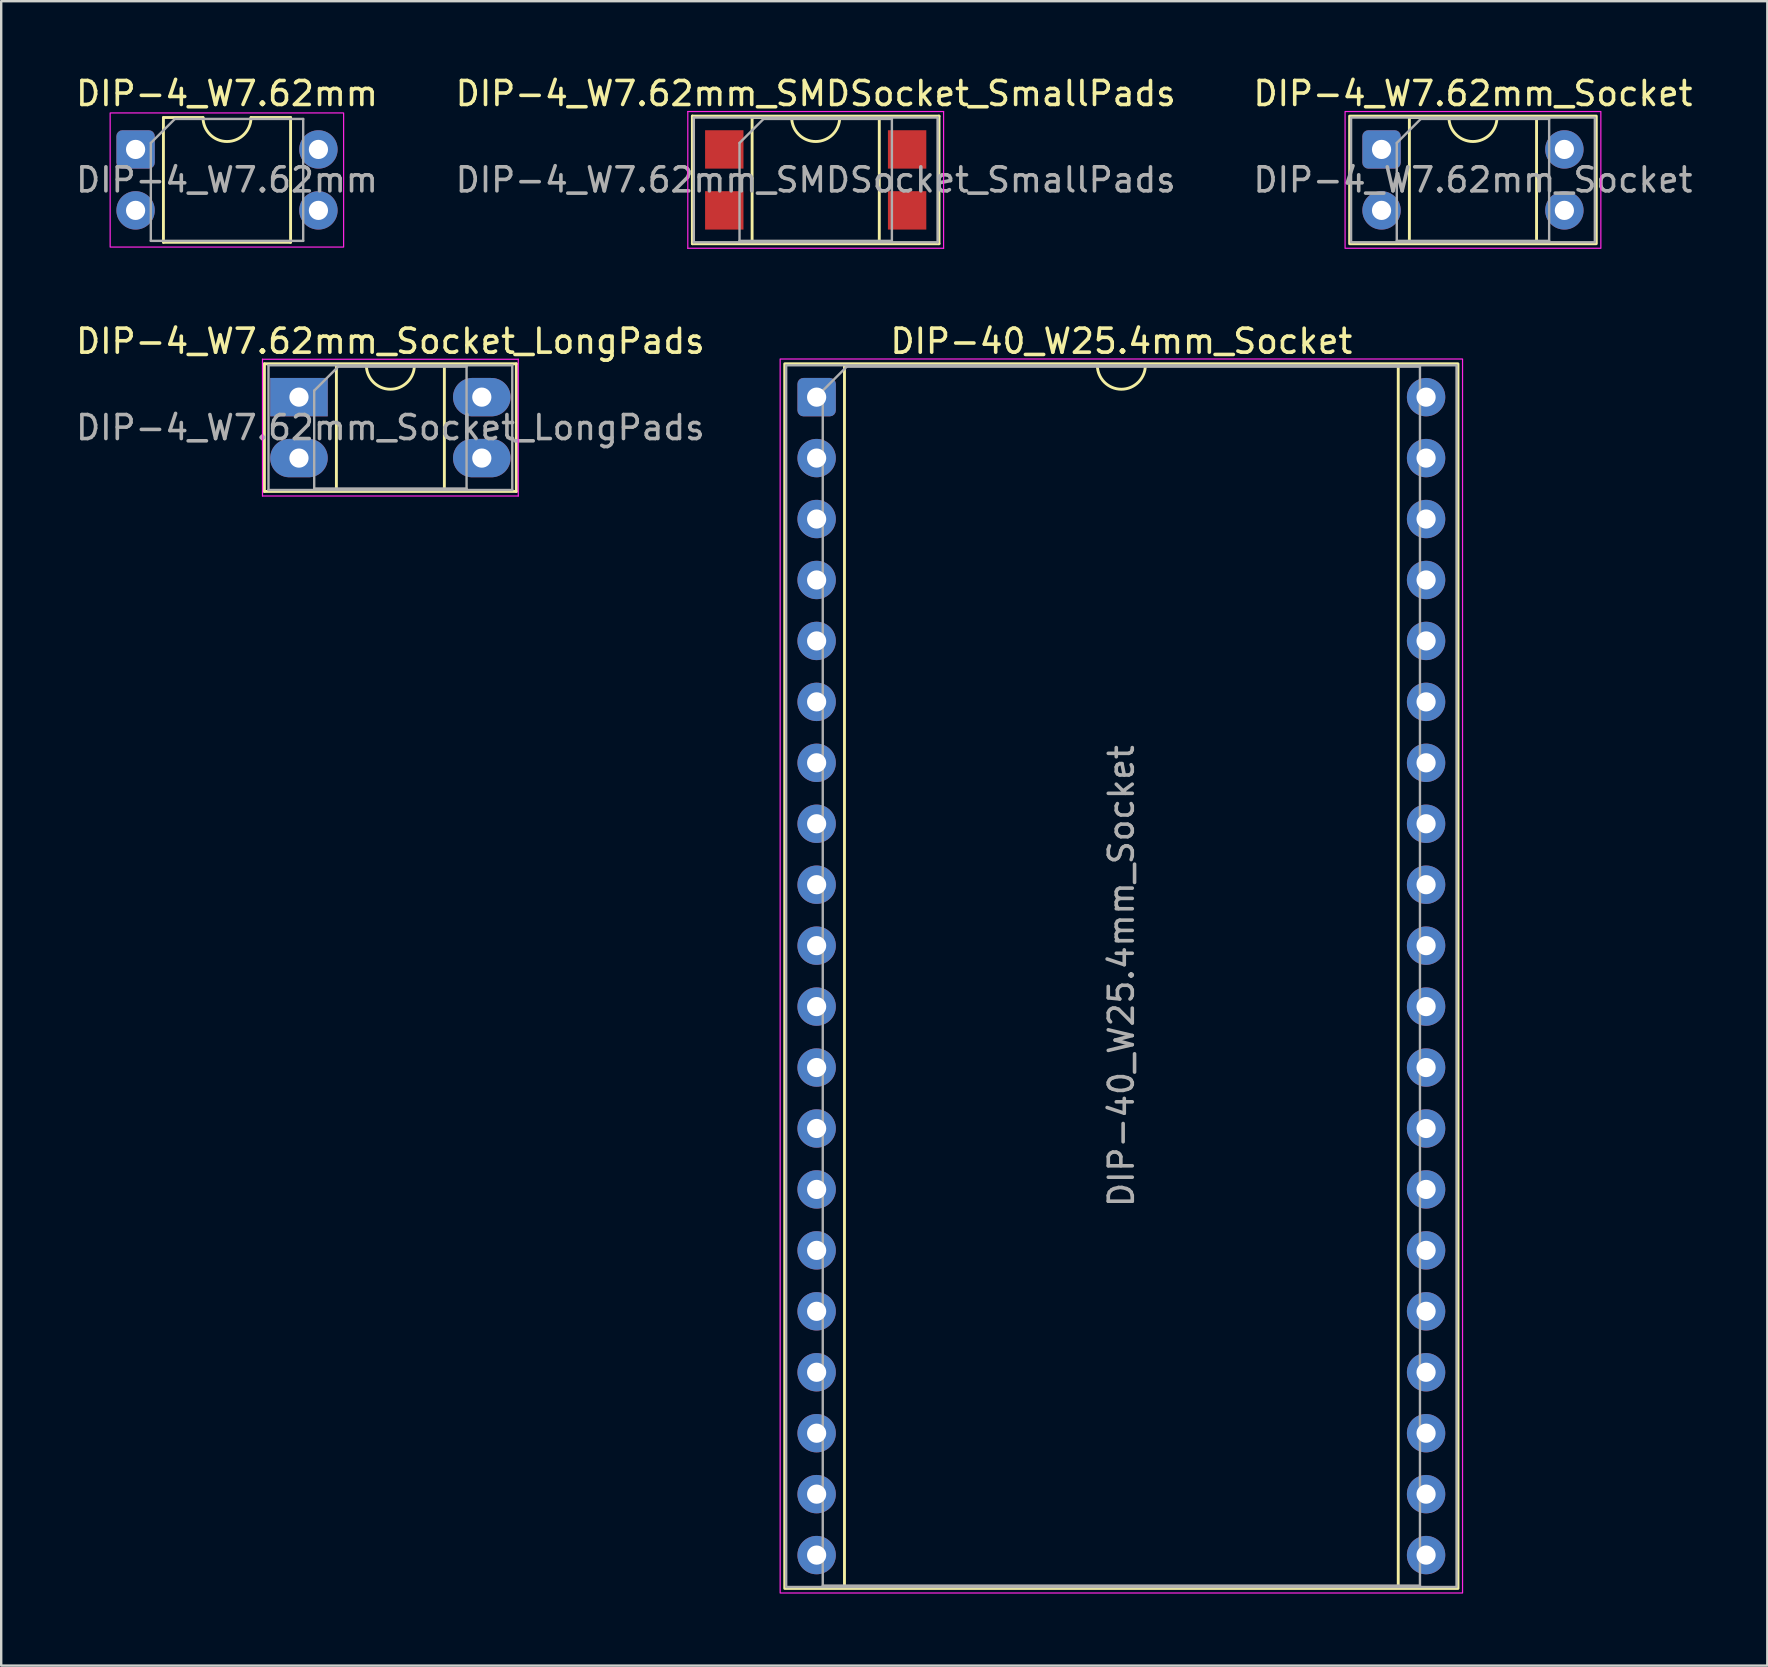
<source format=kicad_pcb>
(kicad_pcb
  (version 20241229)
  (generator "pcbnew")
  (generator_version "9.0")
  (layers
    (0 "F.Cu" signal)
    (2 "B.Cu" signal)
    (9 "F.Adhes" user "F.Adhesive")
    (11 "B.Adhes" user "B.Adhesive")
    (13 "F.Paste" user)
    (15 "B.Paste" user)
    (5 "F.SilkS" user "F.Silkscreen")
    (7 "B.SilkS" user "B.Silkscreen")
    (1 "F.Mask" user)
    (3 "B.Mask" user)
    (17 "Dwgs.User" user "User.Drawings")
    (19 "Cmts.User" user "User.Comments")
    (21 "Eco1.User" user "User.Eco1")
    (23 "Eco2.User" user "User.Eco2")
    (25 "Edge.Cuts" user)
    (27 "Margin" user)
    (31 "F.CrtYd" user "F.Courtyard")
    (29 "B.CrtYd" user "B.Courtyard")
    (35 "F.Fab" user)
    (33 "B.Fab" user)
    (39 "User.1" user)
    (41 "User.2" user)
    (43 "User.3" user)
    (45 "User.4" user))
  (footprint "DIP-4_W7.62mm_Socket"
    (layer "F.Cu")
    (at 54.529 3.178)
    (property "Reference" "DIP-4_W7.62mm_Socket" (at 3.81 -2.33 0) (layer "F.SilkS") (effects (font (size 1 1) (thickness 0.15))))
    (attr through_hole)
    (fp_line (start 1.16 -1.33) (end 1.16 3.87) (stroke (width 0.12) (type solid)) (layer "F.SilkS"))
    (fp_line (start 1.16 3.87) (end 6.46 3.87) (stroke (width 0.12) (type solid)) (layer "F.SilkS"))
    (fp_line (start 2.81 -1.33) (end 1.16 -1.33) (stroke (width 0.12) (type solid)) (layer "F.SilkS"))
    (fp_line (start 6.46 -1.33) (end 4.81 -1.33) (stroke (width 0.12) (type solid)) (layer "F.SilkS"))
    (fp_line (start 6.46 3.87) (end 6.46 -1.33) (stroke (width 0.12) (type solid)) (layer "F.SilkS"))
    (fp_rect (start -1.33 -1.39) (end 8.95 3.93) (stroke (width 0.12) (type solid)) (fill no) (layer "F.SilkS"))
    (fp_arc (start 4.81 -1.33) (mid 3.81 -0.33) (end 2.81 -1.33) (stroke (width 0.12) (type solid)) (layer "F.SilkS"))
    (fp_rect (start -1.52 -1.58) (end 9.14 4.12) (stroke (width 0.05) (type solid)) (fill no) (layer "F.CrtYd"))
    (fp_line (start 0.635 -0.27) (end 1.635 -1.27) (stroke (width 0.1) (type solid)) (layer "F.Fab"))
    (fp_line (start 0.635 3.81) (end 0.635 -0.27) (stroke (width 0.1) (type solid)) (layer "F.Fab"))
    (fp_line (start 1.635 -1.27) (end 6.985 -1.27) (stroke (width 0.1) (type solid)) (layer "F.Fab"))
    (fp_line (start 6.985 -1.27) (end 6.985 3.81) (stroke (width 0.1) (type solid)) (layer "F.Fab"))
    (fp_line (start 6.985 3.81) (end 0.635 3.81) (stroke (width 0.1) (type solid)) (layer "F.Fab"))
    (fp_rect (start -1.27 -1.33) (end 8.89 3.87) (stroke (width 0.1) (type solid)) (fill no) (layer "F.Fab"))
    (fp_text user "${REFERENCE}" (at 3.81 1.27 0) (layer "F.Fab") (effects (font (size 1 1) (thickness 0.15))))
    (pad "1" thru_hole roundrect (at 0 0) (size 1.6 1.6) (drill 0.8) (layers "*.Cu" "*.Mask") (roundrect_rratio 0.156))
    (pad "2" thru_hole circle (at 0 2.54) (size 1.6 1.6) (drill 0.8) (layers "*.Cu" "*.Mask"))
    (pad "3" thru_hole circle (at 7.62 2.54) (size 1.6 1.6) (drill 0.8) (layers "*.Cu" "*.Mask"))
    (pad "4" thru_hole circle (at 7.62 0) (size 1.6 1.6) (drill 0.8) (layers "*.Cu" "*.Mask")))
  (footprint "DIP-40_W25.4mm_Socket"
    (layer "F.Cu")
    (at 30.985 13.502)
    (property "Reference" "DIP-40_W25.4mm_Socket" (at 12.7 -2.33 0) (layer "F.SilkS") (effects (font (size 1 1) (thickness 0.15))))
    (attr through_hole)
    (fp_line (start 1.16 -1.33) (end 1.16 49.59) (stroke (width 0.12) (type solid)) (layer "F.SilkS"))
    (fp_line (start 1.16 49.59) (end 24.24 49.59) (stroke (width 0.12) (type solid)) (layer "F.SilkS"))
    (fp_line (start 11.7 -1.33) (end 1.16 -1.33) (stroke (width 0.12) (type solid)) (layer "F.SilkS"))
    (fp_line (start 24.24 -1.33) (end 13.7 -1.33) (stroke (width 0.12) (type solid)) (layer "F.SilkS"))
    (fp_line (start 24.24 49.59) (end 24.24 -1.33) (stroke (width 0.12) (type solid)) (layer "F.SilkS"))
    (fp_rect (start -1.33 -1.39) (end 26.73 49.65) (stroke (width 0.12) (type solid)) (fill no) (layer "F.SilkS"))
    (fp_arc (start 13.7 -1.33) (mid 12.7 -0.33) (end 11.7 -1.33) (stroke (width 0.12) (type solid)) (layer "F.SilkS"))
    (fp_rect (start -1.52 -1.59) (end 26.92 49.84) (stroke (width 0.05) (type solid)) (fill no) (layer "F.CrtYd"))
    (fp_line (start 0.255 -0.27) (end 1.255 -1.27) (stroke (width 0.1) (type solid)) (layer "F.Fab"))
    (fp_line (start 0.255 49.53) (end 0.255 -0.27) (stroke (width 0.1) (type solid)) (layer "F.Fab"))
    (fp_line (start 1.255 -1.27) (end 25.145 -1.27) (stroke (width 0.1) (type solid)) (layer "F.Fab"))
    (fp_line (start 25.145 -1.27) (end 25.145 49.53) (stroke (width 0.1) (type solid)) (layer "F.Fab"))
    (fp_line (start 25.145 49.53) (end 0.255 49.53) (stroke (width 0.1) (type solid)) (layer "F.Fab"))
    (fp_rect (start -1.27 -1.33) (end 26.67 49.59) (stroke (width 0.1) (type solid)) (fill no) (layer "F.Fab"))
    (fp_text user "${REFERENCE}" (at 12.7 24.13 90) (layer "F.Fab") (effects (font (size 1 1) (thickness 0.15))))
    (pad "1" thru_hole roundrect (at 0 0) (size 1.6 1.6) (drill 0.8) (layers "*.Cu" "*.Mask") (roundrect_rratio 0.156))
    (pad "2" thru_hole circle (at 0 2.54) (size 1.6 1.6) (drill 0.8) (layers "*.Cu" "*.Mask"))
    (pad "3" thru_hole circle (at 0 5.08) (size 1.6 1.6) (drill 0.8) (layers "*.Cu" "*.Mask"))
    (pad "4" thru_hole circle (at 0 7.62) (size 1.6 1.6) (drill 0.8) (layers "*.Cu" "*.Mask"))
    (pad "5" thru_hole circle (at 0 10.16) (size 1.6 1.6) (drill 0.8) (layers "*.Cu" "*.Mask"))
    (pad "6" thru_hole circle (at 0 12.7) (size 1.6 1.6) (drill 0.8) (layers "*.Cu" "*.Mask"))
    (pad "7" thru_hole circle (at 0 15.24) (size 1.6 1.6) (drill 0.8) (layers "*.Cu" "*.Mask"))
    (pad "8" thru_hole circle (at 0 17.78) (size 1.6 1.6) (drill 0.8) (layers "*.Cu" "*.Mask"))
    (pad "9" thru_hole circle (at 0 20.32) (size 1.6 1.6) (drill 0.8) (layers "*.Cu" "*.Mask"))
    (pad "10" thru_hole circle (at 0 22.86) (size 1.6 1.6) (drill 0.8) (layers "*.Cu" "*.Mask"))
    (pad "11" thru_hole circle (at 0 25.4) (size 1.6 1.6) (drill 0.8) (layers "*.Cu" "*.Mask"))
    (pad "12" thru_hole circle (at 0 27.94) (size 1.6 1.6) (drill 0.8) (layers "*.Cu" "*.Mask"))
    (pad "13" thru_hole circle (at 0 30.48) (size 1.6 1.6) (drill 0.8) (layers "*.Cu" "*.Mask"))
    (pad "14" thru_hole circle (at 0 33.02) (size 1.6 1.6) (drill 0.8) (layers "*.Cu" "*.Mask"))
    (pad "15" thru_hole circle (at 0 35.56) (size 1.6 1.6) (drill 0.8) (layers "*.Cu" "*.Mask"))
    (pad "16" thru_hole circle (at 0 38.1) (size 1.6 1.6) (drill 0.8) (layers "*.Cu" "*.Mask"))
    (pad "17" thru_hole circle (at 0 40.64) (size 1.6 1.6) (drill 0.8) (layers "*.Cu" "*.Mask"))
    (pad "18" thru_hole circle (at 0 43.18) (size 1.6 1.6) (drill 0.8) (layers "*.Cu" "*.Mask"))
    (pad "19" thru_hole circle (at 0 45.72) (size 1.6 1.6) (drill 0.8) (layers "*.Cu" "*.Mask"))
    (pad "20" thru_hole circle (at 0 48.26) (size 1.6 1.6) (drill 0.8) (layers "*.Cu" "*.Mask"))
    (pad "21" thru_hole circle (at 25.4 48.26) (size 1.6 1.6) (drill 0.8) (layers "*.Cu" "*.Mask"))
    (pad "22" thru_hole circle (at 25.4 45.72) (size 1.6 1.6) (drill 0.8) (layers "*.Cu" "*.Mask"))
    (pad "23" thru_hole circle (at 25.4 43.18) (size 1.6 1.6) (drill 0.8) (layers "*.Cu" "*.Mask"))
    (pad "24" thru_hole circle (at 25.4 40.64) (size 1.6 1.6) (drill 0.8) (layers "*.Cu" "*.Mask"))
    (pad "25" thru_hole circle (at 25.4 38.1) (size 1.6 1.6) (drill 0.8) (layers "*.Cu" "*.Mask"))
    (pad "26" thru_hole circle (at 25.4 35.56) (size 1.6 1.6) (drill 0.8) (layers "*.Cu" "*.Mask"))
    (pad "27" thru_hole circle (at 25.4 33.02) (size 1.6 1.6) (drill 0.8) (layers "*.Cu" "*.Mask"))
    (pad "28" thru_hole circle (at 25.4 30.48) (size 1.6 1.6) (drill 0.8) (layers "*.Cu" "*.Mask"))
    (pad "29" thru_hole circle (at 25.4 27.94) (size 1.6 1.6) (drill 0.8) (layers "*.Cu" "*.Mask"))
    (pad "30" thru_hole circle (at 25.4 25.4) (size 1.6 1.6) (drill 0.8) (layers "*.Cu" "*.Mask"))
    (pad "31" thru_hole circle (at 25.4 22.86) (size 1.6 1.6) (drill 0.8) (layers "*.Cu" "*.Mask"))
    (pad "32" thru_hole circle (at 25.4 20.32) (size 1.6 1.6) (drill 0.8) (layers "*.Cu" "*.Mask"))
    (pad "33" thru_hole circle (at 25.4 17.78) (size 1.6 1.6) (drill 0.8) (layers "*.Cu" "*.Mask"))
    (pad "34" thru_hole circle (at 25.4 15.24) (size 1.6 1.6) (drill 0.8) (layers "*.Cu" "*.Mask"))
    (pad "35" thru_hole circle (at 25.4 12.7) (size 1.6 1.6) (drill 0.8) (layers "*.Cu" "*.Mask"))
    (pad "36" thru_hole circle (at 25.4 10.16) (size 1.6 1.6) (drill 0.8) (layers "*.Cu" "*.Mask"))
    (pad "37" thru_hole circle (at 25.4 7.62) (size 1.6 1.6) (drill 0.8) (layers "*.Cu" "*.Mask"))
    (pad "38" thru_hole circle (at 25.4 5.08) (size 1.6 1.6) (drill 0.8) (layers "*.Cu" "*.Mask"))
    (pad "39" thru_hole circle (at 25.4 2.54) (size 1.6 1.6) (drill 0.8) (layers "*.Cu" "*.Mask"))
    (pad "40" thru_hole circle (at 25.4 0) (size 1.6 1.6) (drill 0.8) (layers "*.Cu" "*.Mask")))
  (footprint "DIP-4_W7.62mm_SMDSocket_SmallPads"
    (layer "F.Cu")
    (at 30.946 4.448)
    (property "Reference" "DIP-4_W7.62mm_SMDSocket_SmallPads" (at 0 -3.6 0) (layer "F.SilkS") (effects (font (size 1 1) (thickness 0.15))))
    (attr smd)
    (fp_line (start -5.14 -2.66) (end -5.14 2.66) (stroke (width 0.12) (type solid)) (layer "F.SilkS"))
    (fp_line (start -5.14 2.66) (end 5.14 2.66) (stroke (width 0.12) (type solid)) (layer "F.SilkS"))
    (fp_line (start -2.65 -2.6) (end -2.65 2.6) (stroke (width 0.12) (type solid)) (layer "F.SilkS"))
    (fp_line (start -2.65 2.6) (end 2.65 2.6) (stroke (width 0.12) (type solid)) (layer "F.SilkS"))
    (fp_line (start -1 -2.6) (end -2.65 -2.6) (stroke (width 0.12) (type solid)) (layer "F.SilkS"))
    (fp_line (start 2.65 -2.6) (end 1 -2.6) (stroke (width 0.12) (type solid)) (layer "F.SilkS"))
    (fp_line (start 2.65 2.6) (end 2.65 -2.6) (stroke (width 0.12) (type solid)) (layer "F.SilkS"))
    (fp_line (start 5.14 -2.66) (end -5.14 -2.66) (stroke (width 0.12) (type solid)) (layer "F.SilkS"))
    (fp_line (start 5.14 2.66) (end 5.14 -2.66) (stroke (width 0.12) (type solid)) (layer "F.SilkS"))
    (fp_arc (start 1 -2.6) (mid 0 -1.6) (end -1 -2.6) (stroke (width 0.12) (type solid)) (layer "F.SilkS"))
    (fp_line (start -5.33 -2.85) (end -5.33 2.85) (stroke (width 0.05) (type solid)) (layer "F.CrtYd"))
    (fp_line (start -5.33 2.85) (end 5.33 2.85) (stroke (width 0.05) (type solid)) (layer "F.CrtYd"))
    (fp_line (start 5.33 -2.85) (end -5.33 -2.85) (stroke (width 0.05) (type solid)) (layer "F.CrtYd"))
    (fp_line (start 5.33 2.85) (end 5.33 -2.85) (stroke (width 0.05) (type solid)) (layer "F.CrtYd"))
    (fp_line (start -5.08 -2.6) (end -5.08 2.6) (stroke (width 0.1) (type solid)) (layer "F.Fab"))
    (fp_line (start -5.08 2.6) (end 5.08 2.6) (stroke (width 0.1) (type solid)) (layer "F.Fab"))
    (fp_line (start -3.175 -1.54) (end -2.175 -2.54) (stroke (width 0.1) (type solid)) (layer "F.Fab"))
    (fp_line (start -3.175 2.54) (end -3.175 -1.54) (stroke (width 0.1) (type solid)) (layer "F.Fab"))
    (fp_line (start -2.175 -2.54) (end 3.175 -2.54) (stroke (width 0.1) (type solid)) (layer "F.Fab"))
    (fp_line (start 3.175 -2.54) (end 3.175 2.54) (stroke (width 0.1) (type solid)) (layer "F.Fab"))
    (fp_line (start 3.175 2.54) (end -3.175 2.54) (stroke (width 0.1) (type solid)) (layer "F.Fab"))
    (fp_line (start 5.08 -2.6) (end -5.08 -2.6) (stroke (width 0.1) (type solid)) (layer "F.Fab"))
    (fp_line (start 5.08 2.6) (end 5.08 -2.6) (stroke (width 0.1) (type solid)) (layer "F.Fab"))
    (fp_text user "${REFERENCE}" (at 0 0 0) (layer "F.Fab") (effects (font (size 1 1) (thickness 0.15))))
    (pad "1" smd rect (at -3.81 -1.27) (size 1.6 1.6) (layers "F.Cu" "F.Mask" "F.Paste"))
    (pad "2" smd rect (at -3.81 1.27) (size 1.6 1.6) (layers "F.Cu" "F.Mask" "F.Paste"))
    (pad "3" smd rect (at 3.81 1.27) (size 1.6 1.6) (layers "F.Cu" "F.Mask" "F.Paste"))
    (pad "4" smd rect (at 3.81 -1.27) (size 1.6 1.6) (layers "F.Cu" "F.Mask" "F.Paste")))
  (footprint "DIP-4_W7.62mm_Socket_LongPads"
    (layer "F.Cu")
    (at 9.41 13.502)
    (property "Reference" "DIP-4_W7.62mm_Socket_LongPads" (at 3.81 -2.33 0) (layer "F.SilkS") (effects (font (size 1 1) (thickness 0.15))))
    (attr through_hole)
    (fp_line (start -1.44 -1.39) (end -1.44 3.93) (stroke (width 0.12) (type solid)) (layer "F.SilkS"))
    (fp_line (start -1.44 3.93) (end 9.06 3.93) (stroke (width 0.12) (type solid)) (layer "F.SilkS"))
    (fp_line (start 1.56 -1.33) (end 1.56 3.87) (stroke (width 0.12) (type solid)) (layer "F.SilkS"))
    (fp_line (start 1.56 3.87) (end 6.06 3.87) (stroke (width 0.12) (type solid)) (layer "F.SilkS"))
    (fp_line (start 2.81 -1.33) (end 1.56 -1.33) (stroke (width 0.12) (type solid)) (layer "F.SilkS"))
    (fp_line (start 6.06 -1.33) (end 4.81 -1.33) (stroke (width 0.12) (type solid)) (layer "F.SilkS"))
    (fp_line (start 6.06 3.87) (end 6.06 -1.33) (stroke (width 0.12) (type solid)) (layer "F.SilkS"))
    (fp_line (start 9.06 -1.39) (end -1.44 -1.39) (stroke (width 0.12) (type solid)) (layer "F.SilkS"))
    (fp_line (start 9.06 3.93) (end 9.06 -1.39) (stroke (width 0.12) (type solid)) (layer "F.SilkS"))
    (fp_arc (start 4.81 -1.33) (mid 3.81 -0.33) (end 2.81 -1.33) (stroke (width 0.12) (type solid)) (layer "F.SilkS"))
    (fp_line (start -1.52 -1.58) (end -1.52 4.12) (stroke (width 0.05) (type solid)) (layer "F.CrtYd"))
    (fp_line (start -1.52 4.12) (end 9.14 4.12) (stroke (width 0.05) (type solid)) (layer "F.CrtYd"))
    (fp_line (start 9.14 -1.58) (end -1.52 -1.58) (stroke (width 0.05) (type solid)) (layer "F.CrtYd"))
    (fp_line (start 9.14 4.12) (end 9.14 -1.58) (stroke (width 0.05) (type solid)) (layer "F.CrtYd"))
    (fp_line (start -1.27 -1.33) (end -1.27 3.87) (stroke (width 0.1) (type solid)) (layer "F.Fab"))
    (fp_line (start -1.27 3.87) (end 8.89 3.87) (stroke (width 0.1) (type solid)) (layer "F.Fab"))
    (fp_line (start 0.635 -0.27) (end 1.635 -1.27) (stroke (width 0.1) (type solid)) (layer "F.Fab"))
    (fp_line (start 0.635 3.81) (end 0.635 -0.27) (stroke (width 0.1) (type solid)) (layer "F.Fab"))
    (fp_line (start 1.635 -1.27) (end 6.985 -1.27) (stroke (width 0.1) (type solid)) (layer "F.Fab"))
    (fp_line (start 6.985 -1.27) (end 6.985 3.81) (stroke (width 0.1) (type solid)) (layer "F.Fab"))
    (fp_line (start 6.985 3.81) (end 0.635 3.81) (stroke (width 0.1) (type solid)) (layer "F.Fab"))
    (fp_line (start 8.89 -1.33) (end -1.27 -1.33) (stroke (width 0.1) (type solid)) (layer "F.Fab"))
    (fp_line (start 8.89 3.87) (end 8.89 -1.33) (stroke (width 0.1) (type solid)) (layer "F.Fab"))
    (fp_text user "${REFERENCE}" (at 3.81 1.27 0) (layer "F.Fab") (effects (font (size 1 1) (thickness 0.15))))
    (pad "1" thru_hole rect (at 0 0) (size 2.4 1.6) (drill 0.8) (layers "*.Cu" "*.Mask"))
    (pad "2" thru_hole oval (at 0 2.54) (size 2.4 1.6) (drill 0.8) (layers "*.Cu" "*.Mask"))
    (pad "3" thru_hole oval (at 7.62 2.54) (size 2.4 1.6) (drill 0.8) (layers "*.Cu" "*.Mask"))
    (pad "4" thru_hole oval (at 7.62 0) (size 2.4 1.6) (drill 0.8) (layers "*.Cu" "*.Mask")))
  (footprint "DIP-4_W7.62mm"
    (layer "F.Cu")
    (at 2.601 3.178)
    (property "Reference" "DIP-4_W7.62mm" (at 3.81 -2.33 0) (layer "F.SilkS") (effects (font (size 1 1) (thickness 0.15))))
    (attr through_hole)
    (fp_line (start 1.16 -1.33) (end 1.16 3.87) (stroke (width 0.12) (type solid)) (layer "F.SilkS"))
    (fp_line (start 1.16 3.87) (end 6.46 3.87) (stroke (width 0.12) (type solid)) (layer "F.SilkS"))
    (fp_line (start 2.81 -1.33) (end 1.16 -1.33) (stroke (width 0.12) (type solid)) (layer "F.SilkS"))
    (fp_line (start 6.46 -1.33) (end 4.81 -1.33) (stroke (width 0.12) (type solid)) (layer "F.SilkS"))
    (fp_line (start 6.46 3.87) (end 6.46 -1.33) (stroke (width 0.12) (type solid)) (layer "F.SilkS"))
    (fp_arc (start 4.81 -1.33) (mid 3.81 -0.33) (end 2.81 -1.33) (stroke (width 0.12) (type solid)) (layer "F.SilkS"))
    (fp_rect (start -1.06 -1.52) (end 8.67 4.07) (stroke (width 0.05) (type solid)) (fill no) (layer "F.CrtYd"))
    (fp_line (start 0.635 -0.27) (end 1.635 -1.27) (stroke (width 0.1) (type solid)) (layer "F.Fab"))
    (fp_line (start 0.635 3.81) (end 0.635 -0.27) (stroke (width 0.1) (type solid)) (layer "F.Fab"))
    (fp_line (start 1.635 -1.27) (end 6.985 -1.27) (stroke (width 0.1) (type solid)) (layer "F.Fab"))
    (fp_line (start 6.985 -1.27) (end 6.985 3.81) (stroke (width 0.1) (type solid)) (layer "F.Fab"))
    (fp_line (start 6.985 3.81) (end 0.635 3.81) (stroke (width 0.1) (type solid)) (layer "F.Fab"))
    (fp_text user "${REFERENCE}" (at 3.81 1.27 0) (layer "F.Fab") (effects (font (size 1 1) (thickness 0.15))))
    (pad "1" thru_hole roundrect (at 0 0) (size 1.6 1.6) (drill 0.8) (layers "*.Cu" "*.Mask") (roundrect_rratio 0.156))
    (pad "2" thru_hole circle (at 0 2.54) (size 1.6 1.6) (drill 0.8) (layers "*.Cu" "*.Mask"))
    (pad "3" thru_hole circle (at 7.62 2.54) (size 1.6 1.6) (drill 0.8) (layers "*.Cu" "*.Mask"))
    (pad "4" thru_hole circle (at 7.62 0) (size 1.6 1.6) (drill 0.8) (layers "*.Cu" "*.Mask")))
  (gr_rect
    (start -3 -3)
    (end 70.607 66.367)
    (stroke (width 0.1) (type default))
    (fill no)
    (layer "Edge.Cuts")))
</source>
